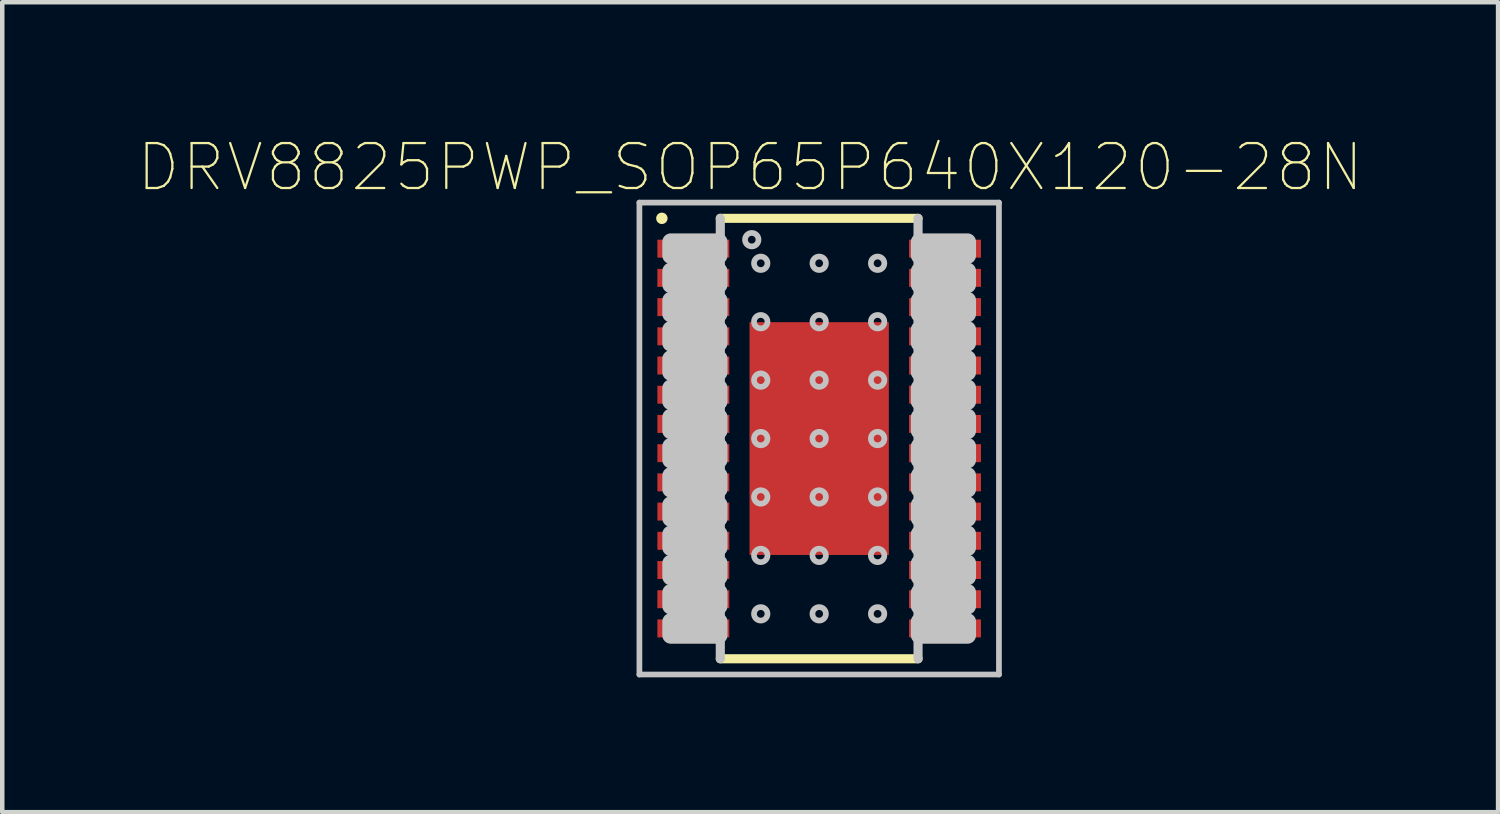
<source format=kicad_pcb>
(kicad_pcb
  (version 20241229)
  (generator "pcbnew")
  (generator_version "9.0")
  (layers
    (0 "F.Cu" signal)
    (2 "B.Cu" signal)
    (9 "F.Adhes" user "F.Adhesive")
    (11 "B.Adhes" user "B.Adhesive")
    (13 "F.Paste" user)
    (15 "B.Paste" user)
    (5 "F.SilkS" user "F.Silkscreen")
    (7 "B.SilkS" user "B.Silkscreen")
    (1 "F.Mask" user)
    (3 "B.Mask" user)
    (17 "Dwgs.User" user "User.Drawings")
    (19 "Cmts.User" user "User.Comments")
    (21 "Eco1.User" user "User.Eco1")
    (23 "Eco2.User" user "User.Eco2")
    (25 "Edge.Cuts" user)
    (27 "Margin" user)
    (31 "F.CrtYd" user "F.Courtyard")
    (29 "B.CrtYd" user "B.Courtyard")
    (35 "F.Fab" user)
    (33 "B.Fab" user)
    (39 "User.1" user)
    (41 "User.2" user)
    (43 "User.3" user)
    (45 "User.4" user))
  (footprint "DRV8825PWP_SOP65P640X120-28N"
    (layer "F.Cu")
    (at 15.177 6.708)
    (property "Reference" "DRV8825PWP_SOP65P640X120-28N" (at -1.535 -6.035 0) (layer "F.SilkS") (effects (font (size 1 1) (thickness 0.05))))
    (attr smd)
    (fp_poly (pts (xy -1.7 -4.85) (xy 1.7 -4.85) (xy 1.7 4.85) (xy -1.7 4.85)) (stroke (width 0.381) (type solid)) (fill yes) (layer "F.Mask"))
    (fp_line (start -2.2 -4.9) (end 2.2 -4.9) (stroke (width 0.203) (type solid)) (layer "F.SilkS"))
    (fp_line (start 2.2 4.9) (end -2.2 4.9) (stroke (width 0.203) (type solid)) (layer "F.SilkS"))
    (fp_circle (center -3.5 -4.9) (end -3.373 -4.9) (stroke (width 0) (type solid)) (fill yes) (layer "F.SilkS"))
    (fp_line (start -4 -5.25) (end 4 -5.25) (stroke (width 0.127) (type solid)) (layer "Dwgs.User"))
    (fp_line (start -4 5.25) (end -4 -5.25) (stroke (width 0.127) (type solid)) (layer "Dwgs.User"))
    (fp_line (start -2.2 4.9) (end -2.2 -4.9) (stroke (width 0.203) (type solid)) (layer "Dwgs.User"))
    (fp_line (start 2.2 -4.9) (end 2.2 4.9) (stroke (width 0.203) (type solid)) (layer "Dwgs.User"))
    (fp_line (start 4 -5.25) (end 4 5.25) (stroke (width 0.127) (type solid)) (layer "Dwgs.User"))
    (fp_line (start 4 5.25) (end -4 5.25) (stroke (width 0.127) (type solid)) (layer "Dwgs.User"))
    (fp_circle (center -1.5 -4.425) (end -1.35 -4.425) (stroke (width 0.127) (type solid)) (fill no) (layer "Dwgs.User"))
    (fp_circle (center -1.3 -3.9) (end -1.15 -3.9) (stroke (width 0.127) (type solid)) (fill no) (layer "Dwgs.User"))
    (fp_circle (center -1.3 -2.6) (end -1.15 -2.6) (stroke (width 0.127) (type solid)) (fill no) (layer "Dwgs.User"))
    (fp_circle (center -1.3 -1.3) (end -1.15 -1.3) (stroke (width 0.127) (type solid)) (fill no) (layer "Dwgs.User"))
    (fp_circle (center -1.3 0) (end -1.15 0) (stroke (width 0.127) (type solid)) (fill no) (layer "Dwgs.User"))
    (fp_circle (center -1.3 1.3) (end -1.15 1.3) (stroke (width 0.127) (type solid)) (fill no) (layer "Dwgs.User"))
    (fp_circle (center -1.3 2.6) (end -1.15 2.6) (stroke (width 0.127) (type solid)) (fill no) (layer "Dwgs.User"))
    (fp_circle (center -1.3 3.9) (end -1.15 3.9) (stroke (width 0.127) (type solid)) (fill no) (layer "Dwgs.User"))
    (fp_circle (center 0 -3.9) (end 0.15 -3.9) (stroke (width 0.127) (type solid)) (fill no) (layer "Dwgs.User"))
    (fp_circle (center 0 -2.6) (end 0.15 -2.6) (stroke (width 0.127) (type solid)) (fill no) (layer "Dwgs.User"))
    (fp_circle (center 0 -1.3) (end 0.15 -1.3) (stroke (width 0.127) (type solid)) (fill no) (layer "Dwgs.User"))
    (fp_circle (center 0 0) (end 0.15 0) (stroke (width 0.127) (type solid)) (fill no) (layer "Dwgs.User"))
    (fp_circle (center 0 1.3) (end 0.15 1.3) (stroke (width 0.127) (type solid)) (fill no) (layer "Dwgs.User"))
    (fp_circle (center 0 2.6) (end 0.15 2.6) (stroke (width 0.127) (type solid)) (fill no) (layer "Dwgs.User"))
    (fp_circle (center 0 3.9) (end 0.15 3.9) (stroke (width 0.127) (type solid)) (fill no) (layer "Dwgs.User"))
    (fp_circle (center 1.3 -3.9) (end 1.45 -3.9) (stroke (width 0.127) (type solid)) (fill no) (layer "Dwgs.User"))
    (fp_circle (center 1.3 -2.6) (end 1.45 -2.6) (stroke (width 0.127) (type solid)) (fill no) (layer "Dwgs.User"))
    (fp_circle (center 1.3 -1.3) (end 1.45 -1.3) (stroke (width 0.127) (type solid)) (fill no) (layer "Dwgs.User"))
    (fp_circle (center 1.3 0) (end 1.45 0) (stroke (width 0.127) (type solid)) (fill no) (layer "Dwgs.User"))
    (fp_circle (center 1.3 1.3) (end 1.45 1.3) (stroke (width 0.127) (type solid)) (fill no) (layer "Dwgs.User"))
    (fp_circle (center 1.3 2.6) (end 1.45 2.6) (stroke (width 0.127) (type solid)) (fill no) (layer "Dwgs.User"))
    (fp_circle (center 1.3 3.9) (end 1.45 3.9) (stroke (width 0.127) (type solid)) (fill no) (layer "Dwgs.User"))
    (fp_poly (pts (xy -2.23 -4.375) (xy -2.23 -4.075) (xy -3.3 -4.075) (xy -3.3 -4.375)) (stroke (width 0.381) (type solid)) (fill no) (layer "Dwgs.User"))
    (fp_poly (pts (xy -2.23 -3.725) (xy -2.23 -3.425) (xy -3.3 -3.425) (xy -3.3 -3.725)) (stroke (width 0.381) (type solid)) (fill no) (layer "Dwgs.User"))
    (fp_poly (pts (xy -2.23 -3.075) (xy -2.23 -2.775) (xy -3.3 -2.775) (xy -3.3 -3.075)) (stroke (width 0.381) (type solid)) (fill no) (layer "Dwgs.User"))
    (fp_poly (pts (xy -2.23 -2.425) (xy -2.23 -2.125) (xy -3.3 -2.125) (xy -3.3 -2.425)) (stroke (width 0.381) (type solid)) (fill no) (layer "Dwgs.User"))
    (fp_poly (pts (xy -2.23 -1.775) (xy -2.23 -1.475) (xy -3.3 -1.475) (xy -3.3 -1.775)) (stroke (width 0.381) (type solid)) (fill no) (layer "Dwgs.User"))
    (fp_poly (pts (xy -2.23 -1.125) (xy -2.23 -0.825) (xy -3.3 -0.825) (xy -3.3 -1.125)) (stroke (width 0.381) (type solid)) (fill no) (layer "Dwgs.User"))
    (fp_poly (pts (xy -2.23 -0.475) (xy -2.23 -0.175) (xy -3.3 -0.175) (xy -3.3 -0.475)) (stroke (width 0.381) (type solid)) (fill no) (layer "Dwgs.User"))
    (fp_poly (pts (xy -2.23 0.175) (xy -2.23 0.475) (xy -3.3 0.475) (xy -3.3 0.175)) (stroke (width 0.381) (type solid)) (fill no) (layer "Dwgs.User"))
    (fp_poly (pts (xy -2.23 0.825) (xy -2.23 1.125) (xy -3.3 1.125) (xy -3.3 0.825)) (stroke (width 0.381) (type solid)) (fill no) (layer "Dwgs.User"))
    (fp_poly (pts (xy -2.23 1.475) (xy -2.23 1.775) (xy -3.3 1.775) (xy -3.3 1.475)) (stroke (width 0.381) (type solid)) (fill no) (layer "Dwgs.User"))
    (fp_poly (pts (xy -2.23 2.125) (xy -2.23 2.425) (xy -3.3 2.425) (xy -3.3 2.125)) (stroke (width 0.381) (type solid)) (fill no) (layer "Dwgs.User"))
    (fp_poly (pts (xy -2.23 2.775) (xy -2.23 3.075) (xy -3.3 3.075) (xy -3.3 2.775)) (stroke (width 0.381) (type solid)) (fill no) (layer "Dwgs.User"))
    (fp_poly (pts (xy -2.23 3.425) (xy -2.23 3.725) (xy -3.3 3.725) (xy -3.3 3.425)) (stroke (width 0.381) (type solid)) (fill no) (layer "Dwgs.User"))
    (fp_poly (pts (xy -2.23 4.075) (xy -2.23 4.375) (xy -3.3 4.375) (xy -3.3 4.075)) (stroke (width 0.381) (type solid)) (fill no) (layer "Dwgs.User"))
    (fp_poly (pts (xy 2.23 -4.075) (xy 2.23 -4.375) (xy 3.3 -4.375) (xy 3.3 -4.075)) (stroke (width 0.381) (type solid)) (fill no) (layer "Dwgs.User"))
    (fp_poly (pts (xy 2.23 -3.425) (xy 2.23 -3.725) (xy 3.3 -3.725) (xy 3.3 -3.425)) (stroke (width 0.381) (type solid)) (fill no) (layer "Dwgs.User"))
    (fp_poly (pts (xy 2.23 -2.775) (xy 2.23 -3.075) (xy 3.3 -3.075) (xy 3.3 -2.775)) (stroke (width 0.381) (type solid)) (fill no) (layer "Dwgs.User"))
    (fp_poly (pts (xy 2.23 -2.125) (xy 2.23 -2.425) (xy 3.3 -2.425) (xy 3.3 -2.125)) (stroke (width 0.381) (type solid)) (fill no) (layer "Dwgs.User"))
    (fp_poly (pts (xy 2.23 -1.475) (xy 2.23 -1.775) (xy 3.3 -1.775) (xy 3.3 -1.475)) (stroke (width 0.381) (type solid)) (fill no) (layer "Dwgs.User"))
    (fp_poly (pts (xy 2.23 -0.825) (xy 2.23 -1.125) (xy 3.3 -1.125) (xy 3.3 -0.825)) (stroke (width 0.381) (type solid)) (fill no) (layer "Dwgs.User"))
    (fp_poly (pts (xy 2.23 -0.175) (xy 2.23 -0.475) (xy 3.3 -0.475) (xy 3.3 -0.175)) (stroke (width 0.381) (type solid)) (fill no) (layer "Dwgs.User"))
    (fp_poly (pts (xy 2.23 0.475) (xy 2.23 0.175) (xy 3.3 0.175) (xy 3.3 0.475)) (stroke (width 0.381) (type solid)) (fill no) (layer "Dwgs.User"))
    (fp_poly (pts (xy 2.23 1.125) (xy 2.23 0.825) (xy 3.3 0.825) (xy 3.3 1.125)) (stroke (width 0.381) (type solid)) (fill no) (layer "Dwgs.User"))
    (fp_poly (pts (xy 2.23 1.775) (xy 2.23 1.475) (xy 3.3 1.475) (xy 3.3 1.775)) (stroke (width 0.381) (type solid)) (fill no) (layer "Dwgs.User"))
    (fp_poly (pts (xy 2.23 2.425) (xy 2.23 2.125) (xy 3.3 2.125) (xy 3.3 2.425)) (stroke (width 0.381) (type solid)) (fill no) (layer "Dwgs.User"))
    (fp_poly (pts (xy 2.23 3.075) (xy 2.23 2.775) (xy 3.3 2.775) (xy 3.3 3.075)) (stroke (width 0.381) (type solid)) (fill no) (layer "Dwgs.User"))
    (fp_poly (pts (xy 2.23 3.725) (xy 2.23 3.425) (xy 3.3 3.425) (xy 3.3 3.725)) (stroke (width 0.381) (type solid)) (fill no) (layer "Dwgs.User"))
    (fp_poly (pts (xy 2.23 4.375) (xy 2.23 4.075) (xy 3.3 4.075) (xy 3.3 4.375)) (stroke (width 0.381) (type solid)) (fill no) (layer "Dwgs.User"))
    (pad "1" smd rect (at -2.8 -4.225 270) (size 0.4 1.6) (layers "F.Cu" "F.Mask" "F.Paste"))
    (pad "2" smd rect (at -2.8 -3.575 270) (size 0.4 1.6) (layers "F.Cu" "F.Mask" "F.Paste"))
    (pad "3" smd rect (at -2.8 -2.925 270) (size 0.4 1.6) (layers "F.Cu" "F.Mask" "F.Paste"))
    (pad "4" smd rect (at -2.8 -2.275 270) (size 0.4 1.6) (layers "F.Cu" "F.Mask" "F.Paste"))
    (pad "5" smd rect (at -2.8 -1.625 270) (size 0.4 1.6) (layers "F.Cu" "F.Mask" "F.Paste"))
    (pad "6" smd rect (at -2.8 -0.975 270) (size 0.4 1.6) (layers "F.Cu" "F.Mask" "F.Paste"))
    (pad "7" smd rect (at -2.8 -0.325 270) (size 0.4 1.6) (layers "F.Cu" "F.Mask" "F.Paste"))
    (pad "8" smd rect (at -2.8 0.325 270) (size 0.4 1.6) (layers "F.Cu" "F.Mask" "F.Paste"))
    (pad "9" smd rect (at -2.8 0.975 270) (size 0.4 1.6) (layers "F.Cu" "F.Mask" "F.Paste"))
    (pad "10" smd rect (at -2.8 1.625 270) (size 0.4 1.6) (layers "F.Cu" "F.Mask" "F.Paste"))
    (pad "11" smd rect (at -2.8 2.275 270) (size 0.4 1.6) (layers "F.Cu" "F.Mask" "F.Paste"))
    (pad "12" smd rect (at -2.8 2.925 270) (size 0.4 1.6) (layers "F.Cu" "F.Mask" "F.Paste"))
    (pad "13" smd rect (at -2.8 3.575 270) (size 0.4 1.6) (layers "F.Cu" "F.Mask" "F.Paste"))
    (pad "14" smd rect (at -2.8 4.225 270) (size 0.4 1.6) (layers "F.Cu" "F.Mask" "F.Paste"))
    (pad "15" smd rect (at 2.8 4.225 90) (size 0.4 1.6) (layers "F.Cu" "F.Mask" "F.Paste"))
    (pad "16" smd rect (at 2.8 3.575 90) (size 0.4 1.6) (layers "F.Cu" "F.Mask" "F.Paste"))
    (pad "17" smd rect (at 2.8 2.925 90) (size 0.4 1.6) (layers "F.Cu" "F.Mask" "F.Paste"))
    (pad "18" smd rect (at 2.8 2.275 90) (size 0.4 1.6) (layers "F.Cu" "F.Mask" "F.Paste"))
    (pad "19" smd rect (at 2.8 1.625 90) (size 0.4 1.6) (layers "F.Cu" "F.Mask" "F.Paste"))
    (pad "20" smd rect (at 2.8 0.975 90) (size 0.4 1.6) (layers "F.Cu" "F.Mask" "F.Paste"))
    (pad "21" smd rect (at 2.8 0.325 90) (size 0.4 1.6) (layers "F.Cu" "F.Mask" "F.Paste"))
    (pad "22" smd rect (at 2.8 -0.325 90) (size 0.4 1.6) (layers "F.Cu" "F.Mask" "F.Paste"))
    (pad "23" smd rect (at 2.8 -0.975 90) (size 0.4 1.6) (layers "F.Cu" "F.Mask" "F.Paste"))
    (pad "24" smd rect (at 2.8 -1.625 90) (size 0.4 1.6) (layers "F.Cu" "F.Mask" "F.Paste"))
    (pad "25" smd rect (at 2.8 -2.275 90) (size 0.4 1.6) (layers "F.Cu" "F.Mask" "F.Paste"))
    (pad "26" smd rect (at 2.8 -2.925 90) (size 0.4 1.6) (layers "F.Cu" "F.Mask" "F.Paste"))
    (pad "27" smd rect (at 2.8 -3.575 90) (size 0.4 1.6) (layers "F.Cu" "F.Mask" "F.Paste"))
    (pad "28" smd rect (at 2.8 -4.225 90) (size 0.4 1.6) (layers "F.Cu" "F.Mask" "F.Paste"))
    (pad "29" smd rect (at 0 0) (size 3.1 5.18) (layers "F.Cu" "F.Mask" "F.Paste")))
  (gr_rect
    (start -3 -3)
    (end 30.283 15.021)
    (stroke (width 0.1) (type default))
    (fill no)
    (layer "Edge.Cuts")))
</source>
